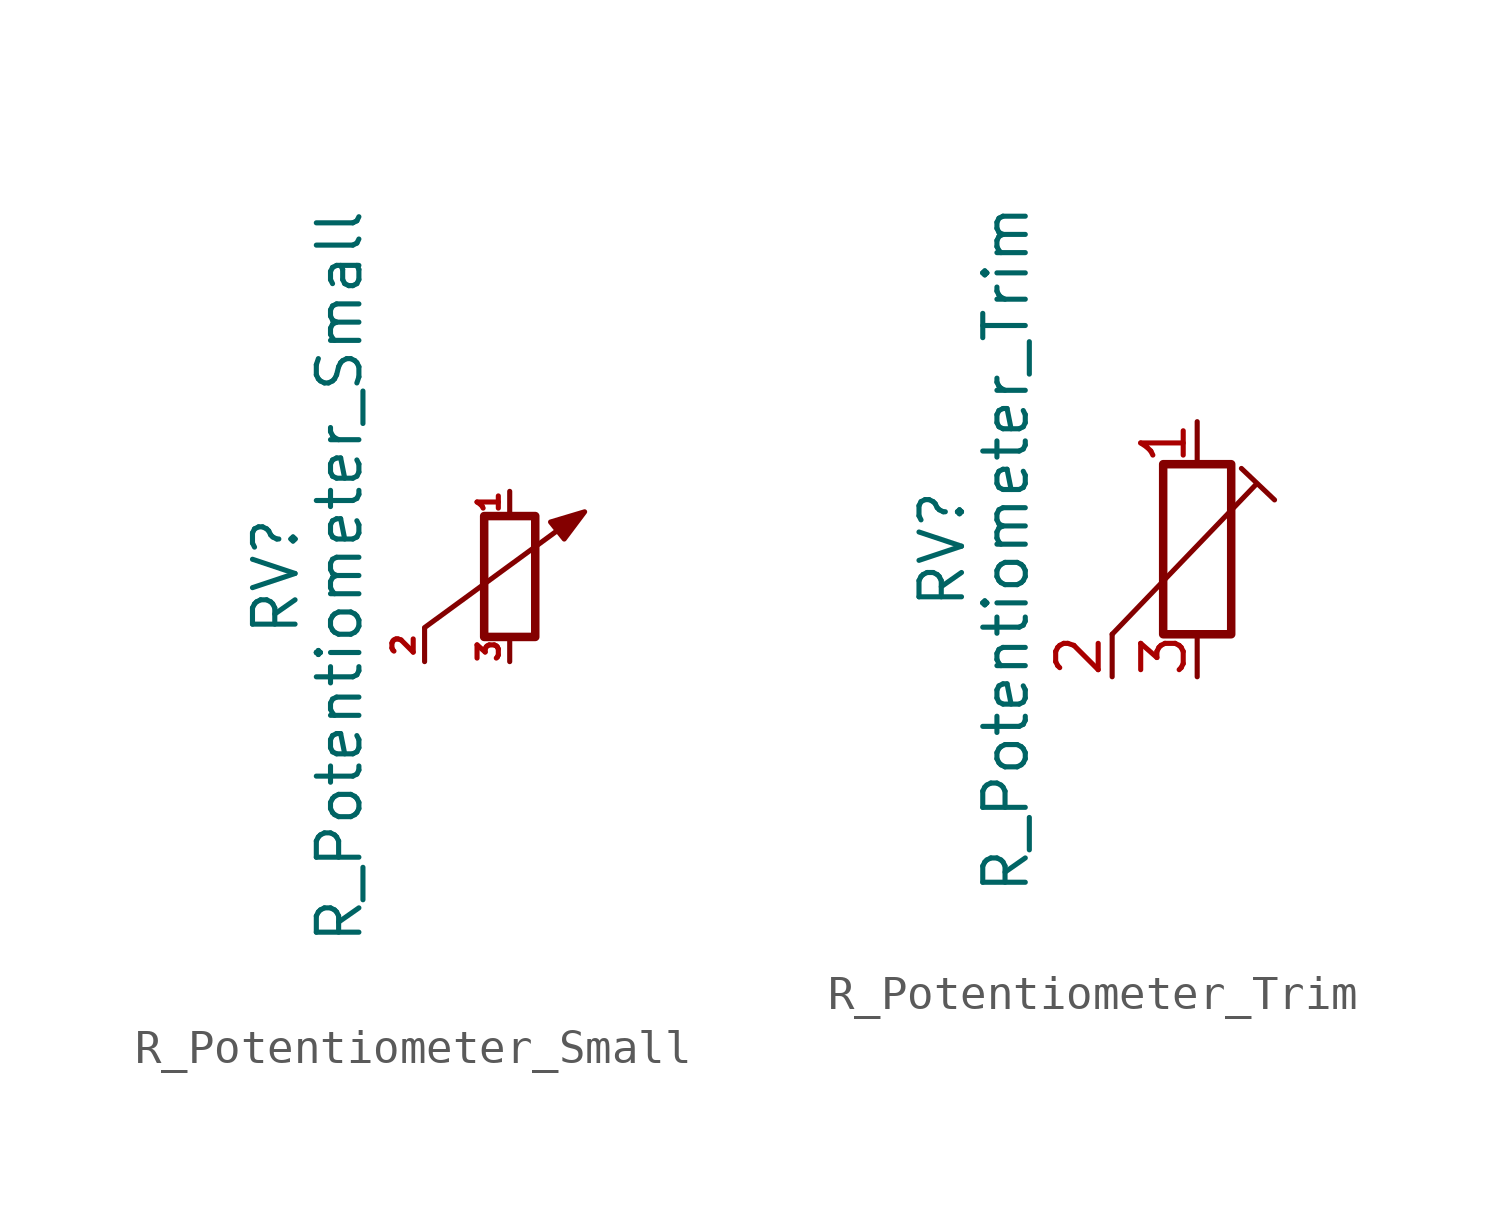
<source format=kicad_sym>
(kicad_symbol_lib
  (version 20211014)
  (generator kicad_symbol_editor)
  (symbol "R_Potentiometer_Small"
    (pin_names
      (offset 1.016) hide)
    (property "Reference" "RV"
      (at -6.985 0 90)
      (effects (font (size 1.27 1.27))))
    (property "Value" "R_Potentiometer_Small"
      (at -5.08 0 90)
      (effects (font (size 1.27 1.27))))
    (symbol "R_Potentiometer_Small_0_1"
      (polyline (pts (xy -2.54 -1.524) (xy 2.083 1.854)) (stroke (width 0) (type default) (color 0 0 0 0)) (fill (type none)))
      (polyline (pts (xy 2.235 1.93) (xy 1.626 1.118) (xy 1.219 1.626) (xy 2.235 1.93)) (stroke (width 0) (type default) (color 0 0 0 0)) (fill (type outline)))
      (rectangle (start 0.762 1.803) (end -0.762 -1.803) (stroke (width 0.254) (type default) (color 0 0 0 0)) (fill (type none))))
    (symbol "R_Potentiometer_Small_1_1"
      (pin passive line (at 0 2.54 270) (length 0.635) (name "1" (effects (font (size 0.635 0.635)))) (number "1" (effects (font (size 0.635 0.635)))))
      (pin passive line (at -2.54 -2.54 90) (length 0.991) (name "2" (effects (font (size 0.635 0.635)))) (number "2" (effects (font (size 0.635 0.635)))))
      (pin passive line (at 0 -2.54 90) (length 0.635) (name "3" (effects (font (size 0.635 0.635)))) (number "3" (effects (font (size 0.635 0.635)))))))
  (symbol "R_Potentiometer_Trim"
    (pin_names
      (offset 1.016) hide)
    (property "Reference" "RV"
      (at -7.62 0 90)
      (effects (font (size 1.27 1.27))))
    (property "Value" "R_Potentiometer_Trim"
      (at -5.715 0 90)
      (effects (font (size 1.27 1.27))))
    (symbol "R_Potentiometer_Trim_0_1"
      (polyline (pts (xy -2.54 -2.54) (xy 1.753 1.93)) (stroke (width 0) (type default) (color 0 0 0 0)) (fill (type none)))
      (polyline (pts (xy 1.321 2.413) (xy 2.311 1.473)) (stroke (width 0.152) (type default) (color 0 0 0 0)) (fill (type none)))
      (rectangle (start 1.016 2.54) (end -1.016 -2.54) (stroke (width 0.254) (type default) (color 0 0 0 0)) (fill (type none))))
    (symbol "R_Potentiometer_Trim_1_1"
      (pin passive line (at 0 3.81 270) (length 1.27) (name "1" (effects (font (size 1.27 1.27)))) (number "1" (effects (font (size 1.27 1.27)))))
      (pin passive line (at -2.54 -3.81 90) (length 1.27) (name "2" (effects (font (size 1.27 1.27)))) (number "2" (effects (font (size 1.27 1.27)))))
      (pin passive line (at 0 -3.81 90) (length 1.27) (name "3" (effects (font (size 1.27 1.27)))) (number "3" (effects (font (size 1.27 1.27))))))))
</source>
